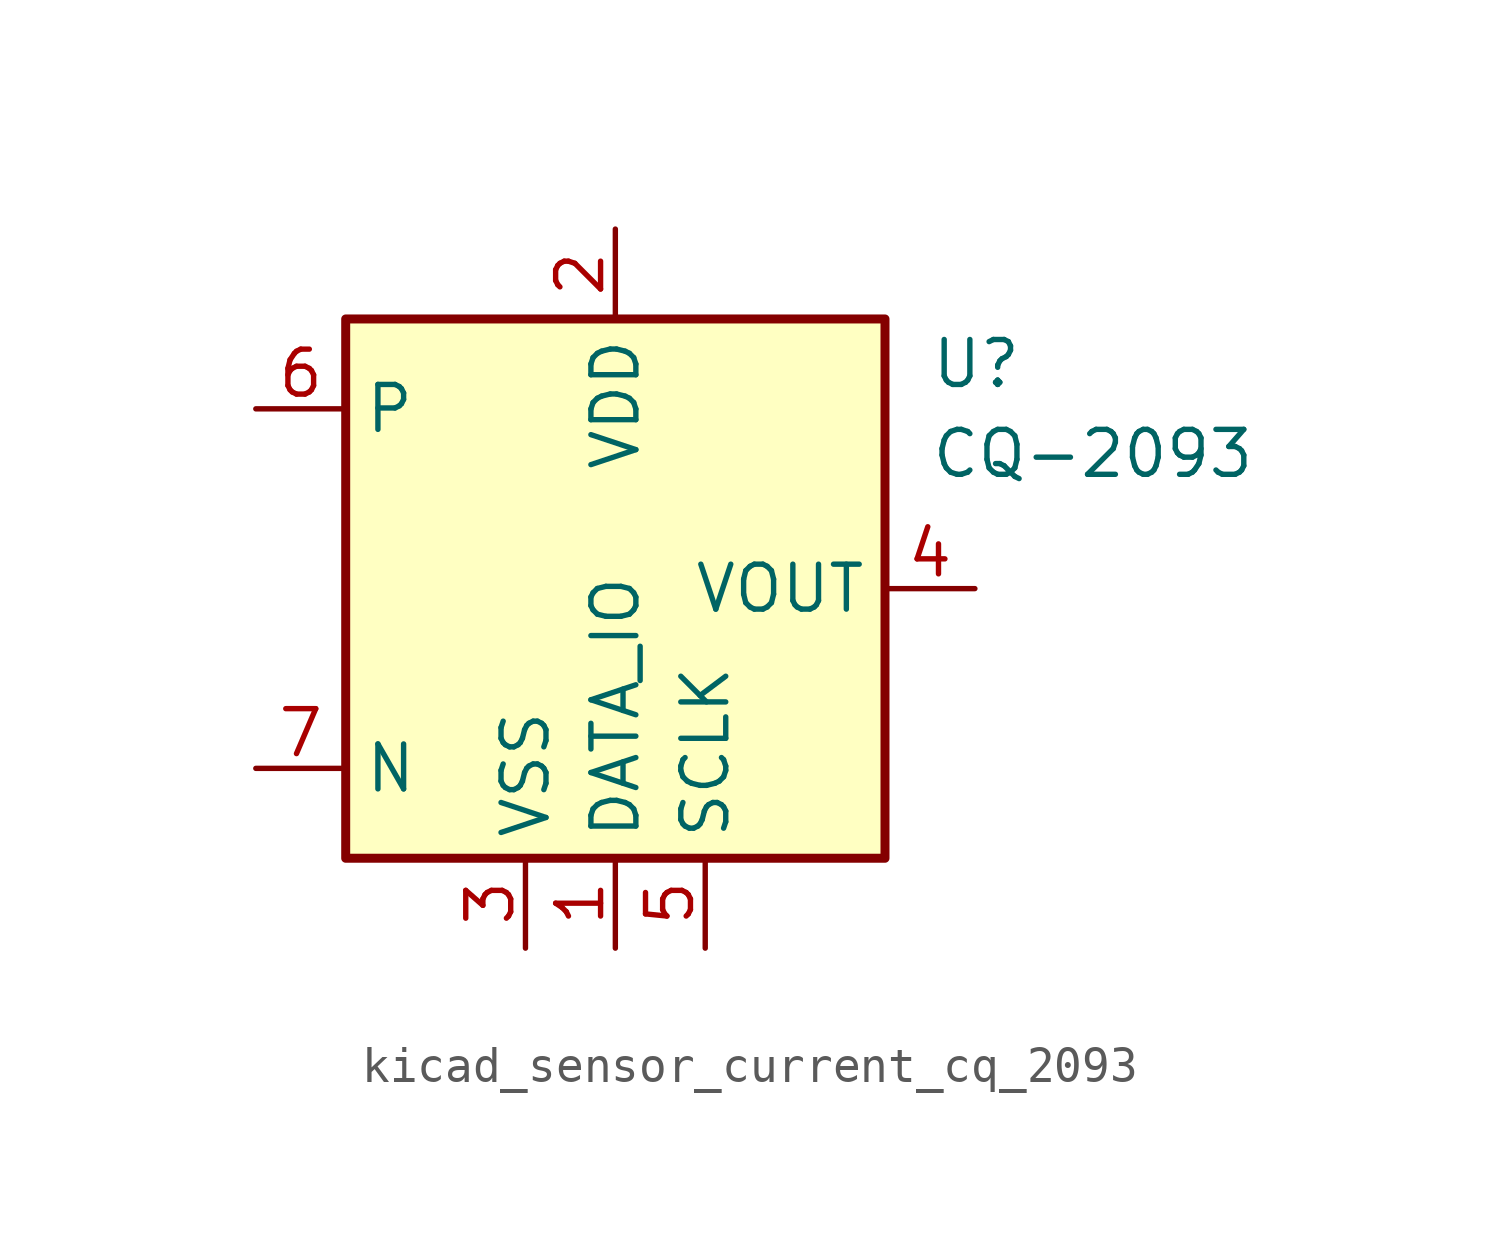
<source format=kicad_sym>
(kicad_symbol_lib
  (version 20220914)
  (generator kicad_symbol_editor)
  (symbol "kicad_sensor_current_cq_2093"
    (property "Reference" "U"
      (at 8.89 6.35 0)
      (effects (font (size 1.27 1.27)) (justify left)))
    (property "Value" "CQ-2093"
      (at 8.89 3.81 0)
      (effects (font (size 1.27 1.27)) (justify left)))
    (symbol "kicad_sensor_current_cq_2093_0_1"
      (rectangle (start -7.62 7.62) (end 7.62 -7.62) (stroke (width 0.254) (type default)) (fill (type background))))
    (symbol "kicad_sensor_current_cq_2093_1_1"
      (pin power_in line (at 0 -10.16 90) (length 2.54) (name "DATA_IO" (effects (font (size 1.27 1.27)))) (number "1" (effects (font (size 1.27 1.27)))))
      (pin power_in line (at 0 10.16 270) (length 2.54) (name "VDD" (effects (font (size 1.27 1.27)))) (number "2" (effects (font (size 1.27 1.27)))))
      (pin power_in line (at -2.54 -10.16 90) (length 2.54) (name "VSS" (effects (font (size 1.27 1.27)))) (number "3" (effects (font (size 1.27 1.27)))))
      (pin output line (at 10.16 0 180) (length 2.54) (name "VOUT" (effects (font (size 1.27 1.27)))) (number "4" (effects (font (size 1.27 1.27)))))
      (pin power_in line (at 2.54 -10.16 90) (length 2.54) (name "SCLK" (effects (font (size 1.27 1.27)))) (number "5" (effects (font (size 1.27 1.27)))))
      (pin passive line (at -10.16 5.08 0) (length 2.54) (name "P" (effects (font (size 1.27 1.27)))) (number "6" (effects (font (size 1.27 1.27)))))
      (pin passive line (at -10.16 -5.08 0) (length 2.54) (name "N" (effects (font (size 1.27 1.27)))) (number "7" (effects (font (size 1.27 1.27))))))))
</source>
